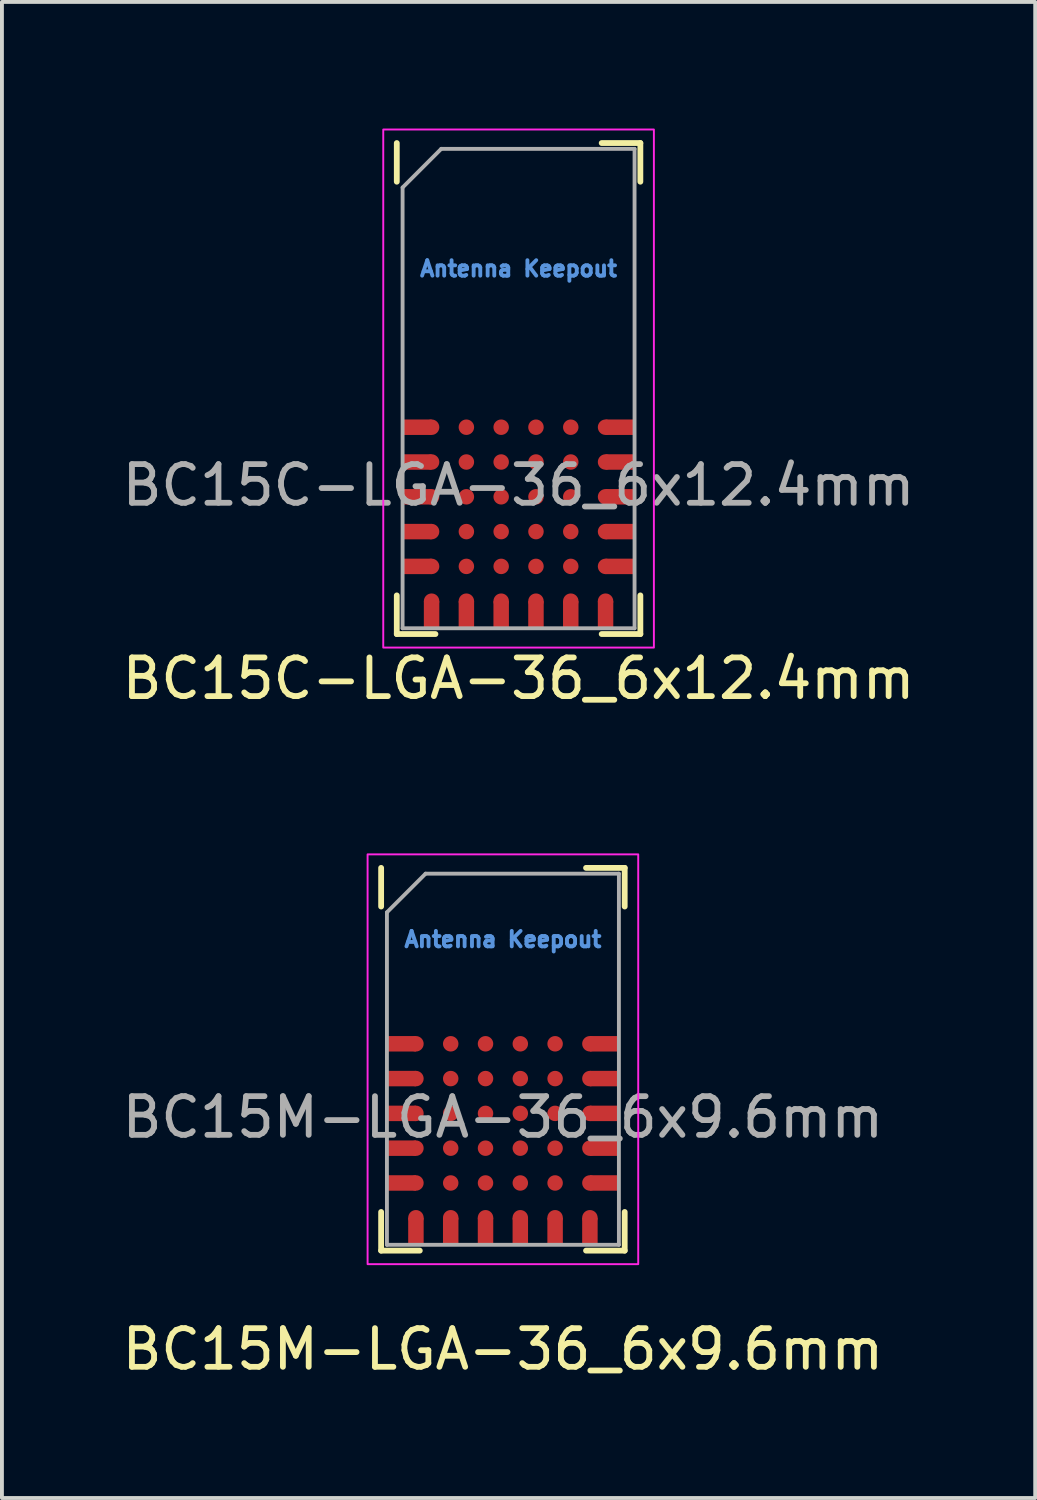
<source format=kicad_pcb>
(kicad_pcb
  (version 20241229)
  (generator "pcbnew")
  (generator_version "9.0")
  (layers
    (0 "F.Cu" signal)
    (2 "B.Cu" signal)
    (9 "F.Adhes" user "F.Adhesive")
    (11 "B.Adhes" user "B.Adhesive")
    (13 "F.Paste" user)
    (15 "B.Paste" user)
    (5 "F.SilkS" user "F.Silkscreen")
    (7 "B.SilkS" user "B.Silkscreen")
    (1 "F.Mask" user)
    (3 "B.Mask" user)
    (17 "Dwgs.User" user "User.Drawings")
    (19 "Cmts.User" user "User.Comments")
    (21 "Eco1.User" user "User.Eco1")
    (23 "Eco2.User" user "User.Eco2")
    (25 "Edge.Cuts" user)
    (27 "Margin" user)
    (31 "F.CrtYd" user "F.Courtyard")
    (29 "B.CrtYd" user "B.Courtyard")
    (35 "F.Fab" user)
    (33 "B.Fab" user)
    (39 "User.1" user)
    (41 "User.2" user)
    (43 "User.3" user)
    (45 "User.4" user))
  (footprint "BC15M-LGA-36_6x9.6mm"
    (layer "F.Cu")
    (at 9.958 24.348)
    (property "Reference" "BC15M-LGA-36_6x9.6mm" (at 0 7.5 0) (unlocked yes) (layer "F.SilkS") (effects (font (size 1 1) (thickness 0.15))))
    (attr smd)
    (fp_line (start -3.15 -3.95) (end -3.15 -4.95) (stroke (width 0.15) (type default)) (layer "F.SilkS"))
    (fp_line (start -3.15 3.95) (end -3.15 4.95) (stroke (width 0.15) (type default)) (layer "F.SilkS"))
    (fp_line (start -2.15 4.95) (end -3.15 4.95) (stroke (width 0.15) (type default)) (layer "F.SilkS"))
    (fp_line (start 2.15 -4.95) (end 3.15 -4.95) (stroke (width 0.15) (type default)) (layer "F.SilkS"))
    (fp_line (start 2.15 4.95) (end 3.15 4.95) (stroke (width 0.15) (type default)) (layer "F.SilkS"))
    (fp_line (start 3.15 -3.95) (end 3.15 -4.95) (stroke (width 0.15) (type default)) (layer "F.SilkS"))
    (fp_line (start 3.15 3.95) (end 3.15 4.95) (stroke (width 0.15) (type default)) (layer "F.SilkS"))
    (fp_rect (start -3.5 -5.3) (end 3.5 5.3) (stroke (width 0.05) (type default)) (fill no) (layer "F.CrtYd"))
    (fp_line (start -3 -3.8) (end -2 -4.8) (stroke (width 0.1) (type default)) (layer "F.Fab"))
    (fp_line (start -3 4.8) (end -3 -3.8) (stroke (width 0.1) (type default)) (layer "F.Fab"))
    (fp_line (start 3 -4.8) (end -2 -4.8) (stroke (width 0.1) (type default)) (layer "F.Fab"))
    (fp_line (start 3 -4.8) (end 3 4.8) (stroke (width 0.1) (type default)) (layer "F.Fab"))
    (fp_line (start 3 4.8) (end -3 4.8) (stroke (width 0.1) (type default)) (layer "F.Fab"))
    (fp_text user "Antenna Keepout" (at 0 -3.1 0) (unlocked yes) (layer "Cmts.User") (effects (font (size 0.4 0.4) (thickness 0.1))))
    (fp_text user "${REFERENCE}" (at 0 1.5 0) (unlocked yes) (layer "F.Fab") (effects (font (size 1 1) (thickness 0.15))))
    (pad "A1" smd rect (at -2.625 -0.4) (size 0.75 0.4) (layers "F.Cu" "F.Mask" "F.Paste"))
    (pad "A1" smd circle (at -2.25 -0.4) (size 0.4 0.4) (layers "F.Cu" "F.Mask" "F.Paste"))
    (pad "A2" smd rect (at -2.625 0.5) (size 0.75 0.4) (layers "F.Cu" "F.Mask" "F.Paste"))
    (pad "A2" smd circle (at -2.25 0.5) (size 0.4 0.4) (layers "F.Cu" "F.Mask" "F.Paste"))
    (pad "A3" smd rect (at -2.625 1.4) (size 0.75 0.4) (layers "F.Cu" "F.Mask" "F.Paste"))
    (pad "A3" smd circle (at -2.25 1.4) (size 0.4 0.4) (layers "F.Cu" "F.Mask" "F.Paste"))
    (pad "A4" smd rect (at -2.625 2.3) (size 0.75 0.4) (layers "F.Cu" "F.Mask" "F.Paste"))
    (pad "A4" smd circle (at -2.25 2.3) (size 0.4 0.4) (layers "F.Cu" "F.Mask" "F.Paste"))
    (pad "A5" smd rect (at -2.625 3.2) (size 0.75 0.4) (layers "F.Cu" "F.Mask" "F.Paste"))
    (pad "A5" smd circle (at -2.25 3.2) (size 0.4 0.4) (layers "F.Cu" "F.Mask" "F.Paste"))
    (pad "A6" smd circle (at -2.25 4.1) (size 0.4 0.4) (layers "F.Cu" "F.Mask" "F.Paste"))
    (pad "A6" smd rect (at -2.25 4.45 90) (size 0.7 0.4) (layers "F.Cu" "F.Mask" "F.Paste"))
    (pad "B1" smd circle (at -1.35 -0.4) (size 0.4 0.4) (layers "F.Cu" "F.Mask" "F.Paste"))
    (pad "B2" smd circle (at -1.35 0.5) (size 0.4 0.4) (layers "F.Cu" "F.Mask" "F.Paste"))
    (pad "B3" smd circle (at -1.35 1.4) (size 0.4 0.4) (layers "F.Cu" "F.Mask" "F.Paste"))
    (pad "B4" smd circle (at -1.35 2.3) (size 0.4 0.4) (layers "F.Cu" "F.Mask" "F.Paste"))
    (pad "B5" smd circle (at -1.35 3.2) (size 0.4 0.4) (layers "F.Cu" "F.Mask" "F.Paste"))
    (pad "B6" smd circle (at -1.35 4.1) (size 0.4 0.4) (layers "F.Cu" "F.Mask" "F.Paste"))
    (pad "B6" smd rect (at -1.35 4.45 90) (size 0.7 0.4) (layers "F.Cu" "F.Mask" "F.Paste"))
    (pad "C1" smd circle (at -0.45 -0.4) (size 0.4 0.4) (layers "F.Cu" "F.Mask" "F.Paste"))
    (pad "C2" smd circle (at -0.45 0.5) (size 0.4 0.4) (layers "F.Cu" "F.Mask" "F.Paste"))
    (pad "C3" smd circle (at -0.45 1.4) (size 0.4 0.4) (layers "F.Cu" "F.Mask" "F.Paste"))
    (pad "C4" smd circle (at -0.45 2.3) (size 0.4 0.4) (layers "F.Cu" "F.Mask" "F.Paste"))
    (pad "C5" smd circle (at -0.45 3.2) (size 0.4 0.4) (layers "F.Cu" "F.Mask" "F.Paste"))
    (pad "C6" smd circle (at -0.45 4.1) (size 0.4 0.4) (layers "F.Cu" "F.Mask" "F.Paste"))
    (pad "C6" smd rect (at -0.45 4.45 90) (size 0.7 0.4) (layers "F.Cu" "F.Mask" "F.Paste"))
    (pad "D1" smd circle (at 0.45 -0.4) (size 0.4 0.4) (layers "F.Cu" "F.Mask" "F.Paste"))
    (pad "D2" smd circle (at 0.45 0.5) (size 0.4 0.4) (layers "F.Cu" "F.Mask" "F.Paste"))
    (pad "D3" smd circle (at 0.45 1.4) (size 0.4 0.4) (layers "F.Cu" "F.Mask" "F.Paste"))
    (pad "D4" smd circle (at 0.45 2.3) (size 0.4 0.4) (layers "F.Cu" "F.Mask" "F.Paste"))
    (pad "D5" smd circle (at 0.45 3.2) (size 0.4 0.4) (layers "F.Cu" "F.Mask" "F.Paste"))
    (pad "D6" smd circle (at 0.45 4.1) (size 0.4 0.4) (layers "F.Cu" "F.Mask" "F.Paste"))
    (pad "D6" smd rect (at 0.45 4.45 90) (size 0.7 0.4) (layers "F.Cu" "F.Mask" "F.Paste"))
    (pad "E1" smd circle (at 1.35 -0.4) (size 0.4 0.4) (layers "F.Cu" "F.Mask" "F.Paste"))
    (pad "E2" smd circle (at 1.35 0.5) (size 0.4 0.4) (layers "F.Cu" "F.Mask" "F.Paste"))
    (pad "E3" smd circle (at 1.35 1.4) (size 0.4 0.4) (layers "F.Cu" "F.Mask" "F.Paste"))
    (pad "E4" smd circle (at 1.35 2.3) (size 0.4 0.4) (layers "F.Cu" "F.Mask" "F.Paste"))
    (pad "E5" smd circle (at 1.35 3.2) (size 0.4 0.4) (layers "F.Cu" "F.Mask" "F.Paste"))
    (pad "E6" smd circle (at 1.35 4.1) (size 0.4 0.4) (layers "F.Cu" "F.Mask" "F.Paste"))
    (pad "E6" smd rect (at 1.35 4.45 90) (size 0.7 0.4) (layers "F.Cu" "F.Mask" "F.Paste"))
    (pad "F1" smd circle (at 2.25 -0.4) (size 0.4 0.4) (layers "F.Cu" "F.Mask" "F.Paste"))
    (pad "F1" smd rect (at 2.625 -0.4) (size 0.75 0.4) (layers "F.Cu" "F.Mask" "F.Paste"))
    (pad "F2" smd circle (at 2.25 0.5) (size 0.4 0.4) (layers "F.Cu" "F.Mask" "F.Paste"))
    (pad "F2" smd rect (at 2.625 0.5) (size 0.75 0.4) (layers "F.Cu" "F.Mask" "F.Paste"))
    (pad "F3" smd circle (at 2.25 1.4) (size 0.4 0.4) (layers "F.Cu" "F.Mask" "F.Paste"))
    (pad "F3" smd rect (at 2.625 1.4) (size 0.75 0.4) (layers "F.Cu" "F.Mask" "F.Paste"))
    (pad "F4" smd circle (at 2.25 2.3) (size 0.4 0.4) (layers "F.Cu" "F.Mask" "F.Paste"))
    (pad "F4" smd rect (at 2.625 2.3) (size 0.75 0.4) (layers "F.Cu" "F.Mask" "F.Paste"))
    (pad "F5" smd circle (at 2.25 3.2) (size 0.4 0.4) (layers "F.Cu" "F.Mask" "F.Paste"))
    (pad "F5" smd rect (at 2.625 3.2) (size 0.75 0.4) (layers "F.Cu" "F.Mask" "F.Paste"))
    (pad "F6" smd circle (at 2.25 4.1) (size 0.4 0.4) (layers "F.Cu" "F.Mask" "F.Paste"))
    (pad "F6" smd rect (at 2.25 4.45 90) (size 0.7 0.4) (layers "F.Cu" "F.Mask" "F.Paste"))
    (zone (net_name "") (layers "F.Cu" "B.Cu") (hatch edge 0.5) (connect_pads) (min_thickness 0.25) (filled_areas_thickness no) (keepout (tracks not_allowed) (vias allowed) (pads allowed) (copperpour not_allowed) (footprints allowed)) (placement (enabled no)) (fill) (polygon (pts (xy 4.958 23.348) (xy 14.958 23.348) (xy 14.958 18.348) (xy 4.958 18.348)))))
  (footprint "BC15C-LGA-36_6x12.4mm"
    (layer "F.Cu")
    (at 10.363 7)
    (property "Reference" "BC15C-LGA-36_6x12.4mm" (at 0 7.5 0) (unlocked yes) (layer "F.SilkS") (effects (font (size 1 1) (thickness 0.15))))
    (attr smd)
    (fp_line (start -3.15 -5.35) (end -3.15 -6.35) (stroke (width 0.15) (type default)) (layer "F.SilkS"))
    (fp_line (start -3.15 5.35) (end -3.15 6.35) (stroke (width 0.15) (type default)) (layer "F.SilkS"))
    (fp_line (start -2.15 6.35) (end -3.15 6.35) (stroke (width 0.15) (type default)) (layer "F.SilkS"))
    (fp_line (start 2.15 -6.35) (end 3.15 -6.35) (stroke (width 0.15) (type default)) (layer "F.SilkS"))
    (fp_line (start 2.15 6.35) (end 3.15 6.35) (stroke (width 0.15) (type default)) (layer "F.SilkS"))
    (fp_line (start 3.15 -5.35) (end 3.15 -6.35) (stroke (width 0.15) (type default)) (layer "F.SilkS"))
    (fp_line (start 3.15 5.35) (end 3.15 6.35) (stroke (width 0.15) (type default)) (layer "F.SilkS"))
    (fp_rect (start -3.5 -6.7) (end 3.5 6.7) (stroke (width 0.05) (type default)) (fill no) (layer "F.CrtYd"))
    (fp_line (start -3 -5.2) (end -2 -6.2) (stroke (width 0.1) (type default)) (layer "F.Fab"))
    (fp_line (start -3 6.2) (end -3 -5.2) (stroke (width 0.1) (type default)) (layer "F.Fab"))
    (fp_line (start 3 -6.2) (end -2 -6.2) (stroke (width 0.1) (type default)) (layer "F.Fab"))
    (fp_line (start 3 -6.2) (end 3 6.2) (stroke (width 0.1) (type default)) (layer "F.Fab"))
    (fp_line (start 3 6.2) (end -3 6.2) (stroke (width 0.1) (type default)) (layer "F.Fab"))
    (fp_text user "Antenna Keepout" (at 0 -3.1 0) (unlocked yes) (layer "Cmts.User") (effects (font (size 0.4 0.4) (thickness 0.1))))
    (fp_text user "${REFERENCE}" (at 0 2.5 0) (unlocked yes) (layer "F.Fab") (effects (font (size 1 1) (thickness 0.15))))
    (pad "A1" smd rect (at -2.625 1) (size 0.75 0.4) (layers "F.Cu" "F.Mask" "F.Paste"))
    (pad "A1" smd circle (at -2.25 1) (size 0.4 0.4) (layers "F.Cu" "F.Mask" "F.Paste"))
    (pad "A2" smd rect (at -2.625 1.9) (size 0.75 0.4) (layers "F.Cu" "F.Mask" "F.Paste"))
    (pad "A2" smd circle (at -2.25 1.9) (size 0.4 0.4) (layers "F.Cu" "F.Mask" "F.Paste"))
    (pad "A3" smd rect (at -2.625 2.8) (size 0.75 0.4) (layers "F.Cu" "F.Mask" "F.Paste"))
    (pad "A3" smd circle (at -2.25 2.8) (size 0.4 0.4) (layers "F.Cu" "F.Mask" "F.Paste"))
    (pad "A4" smd rect (at -2.625 3.7) (size 0.75 0.4) (layers "F.Cu" "F.Mask" "F.Paste"))
    (pad "A4" smd circle (at -2.25 3.7) (size 0.4 0.4) (layers "F.Cu" "F.Mask" "F.Paste"))
    (pad "A5" smd rect (at -2.625 4.6) (size 0.75 0.4) (layers "F.Cu" "F.Mask" "F.Paste"))
    (pad "A5" smd circle (at -2.25 4.6) (size 0.4 0.4) (layers "F.Cu" "F.Mask" "F.Paste"))
    (pad "A6" smd circle (at -2.25 5.5) (size 0.4 0.4) (layers "F.Cu" "F.Mask" "F.Paste"))
    (pad "A6" smd rect (at -2.25 5.85 90) (size 0.7 0.4) (layers "F.Cu" "F.Mask" "F.Paste"))
    (pad "B1" smd circle (at -1.35 1) (size 0.4 0.4) (layers "F.Cu" "F.Mask" "F.Paste"))
    (pad "B2" smd circle (at -1.35 1.9) (size 0.4 0.4) (layers "F.Cu" "F.Mask" "F.Paste"))
    (pad "B3" smd circle (at -1.35 2.8) (size 0.4 0.4) (layers "F.Cu" "F.Mask" "F.Paste"))
    (pad "B4" smd circle (at -1.35 3.7) (size 0.4 0.4) (layers "F.Cu" "F.Mask" "F.Paste"))
    (pad "B5" smd circle (at -1.35 4.6) (size 0.4 0.4) (layers "F.Cu" "F.Mask" "F.Paste"))
    (pad "B6" smd circle (at -1.35 5.5) (size 0.4 0.4) (layers "F.Cu" "F.Mask" "F.Paste"))
    (pad "B6" smd rect (at -1.35 5.85 90) (size 0.7 0.4) (layers "F.Cu" "F.Mask" "F.Paste"))
    (pad "C1" smd circle (at -0.45 1) (size 0.4 0.4) (layers "F.Cu" "F.Mask" "F.Paste"))
    (pad "C2" smd circle (at -0.45 1.9) (size 0.4 0.4) (layers "F.Cu" "F.Mask" "F.Paste"))
    (pad "C3" smd circle (at -0.45 2.8) (size 0.4 0.4) (layers "F.Cu" "F.Mask" "F.Paste"))
    (pad "C4" smd circle (at -0.45 3.7) (size 0.4 0.4) (layers "F.Cu" "F.Mask" "F.Paste"))
    (pad "C5" smd circle (at -0.45 4.6) (size 0.4 0.4) (layers "F.Cu" "F.Mask" "F.Paste"))
    (pad "C6" smd circle (at -0.45 5.5) (size 0.4 0.4) (layers "F.Cu" "F.Mask" "F.Paste"))
    (pad "C6" smd rect (at -0.45 5.85 90) (size 0.7 0.4) (layers "F.Cu" "F.Mask" "F.Paste"))
    (pad "D1" smd circle (at 0.45 1) (size 0.4 0.4) (layers "F.Cu" "F.Mask" "F.Paste"))
    (pad "D2" smd circle (at 0.45 1.9) (size 0.4 0.4) (layers "F.Cu" "F.Mask" "F.Paste"))
    (pad "D3" smd circle (at 0.45 2.8) (size 0.4 0.4) (layers "F.Cu" "F.Mask" "F.Paste"))
    (pad "D4" smd circle (at 0.45 3.7) (size 0.4 0.4) (layers "F.Cu" "F.Mask" "F.Paste"))
    (pad "D5" smd circle (at 0.45 4.6) (size 0.4 0.4) (layers "F.Cu" "F.Mask" "F.Paste"))
    (pad "D6" smd circle (at 0.45 5.5) (size 0.4 0.4) (layers "F.Cu" "F.Mask" "F.Paste"))
    (pad "D6" smd rect (at 0.45 5.85 90) (size 0.7 0.4) (layers "F.Cu" "F.Mask" "F.Paste"))
    (pad "E1" smd circle (at 1.35 1) (size 0.4 0.4) (layers "F.Cu" "F.Mask" "F.Paste"))
    (pad "E2" smd circle (at 1.35 1.9) (size 0.4 0.4) (layers "F.Cu" "F.Mask" "F.Paste"))
    (pad "E3" smd circle (at 1.35 2.8) (size 0.4 0.4) (layers "F.Cu" "F.Mask" "F.Paste"))
    (pad "E4" smd circle (at 1.35 3.7) (size 0.4 0.4) (layers "F.Cu" "F.Mask" "F.Paste"))
    (pad "E5" smd circle (at 1.35 4.6) (size 0.4 0.4) (layers "F.Cu" "F.Mask" "F.Paste"))
    (pad "E6" smd circle (at 1.35 5.5) (size 0.4 0.4) (layers "F.Cu" "F.Mask" "F.Paste"))
    (pad "E6" smd rect (at 1.35 5.85 90) (size 0.7 0.4) (layers "F.Cu" "F.Mask" "F.Paste"))
    (pad "F1" smd circle (at 2.25 1) (size 0.4 0.4) (layers "F.Cu" "F.Mask" "F.Paste"))
    (pad "F1" smd rect (at 2.625 1) (size 0.75 0.4) (layers "F.Cu" "F.Mask" "F.Paste"))
    (pad "F2" smd circle (at 2.25 1.9) (size 0.4 0.4) (layers "F.Cu" "F.Mask" "F.Paste"))
    (pad "F2" smd rect (at 2.625 1.9) (size 0.75 0.4) (layers "F.Cu" "F.Mask" "F.Paste"))
    (pad "F3" smd circle (at 2.25 2.8) (size 0.4 0.4) (layers "F.Cu" "F.Mask" "F.Paste"))
    (pad "F3" smd rect (at 2.625 2.8) (size 0.75 0.4) (layers "F.Cu" "F.Mask" "F.Paste"))
    (pad "F4" smd circle (at 2.25 3.7) (size 0.4 0.4) (layers "F.Cu" "F.Mask" "F.Paste"))
    (pad "F4" smd rect (at 2.625 3.7) (size 0.75 0.4) (layers "F.Cu" "F.Mask" "F.Paste"))
    (pad "F5" smd circle (at 2.25 4.6) (size 0.4 0.4) (layers "F.Cu" "F.Mask" "F.Paste"))
    (pad "F5" smd rect (at 2.625 4.6) (size 0.75 0.4) (layers "F.Cu" "F.Mask" "F.Paste"))
    (pad "F6" smd circle (at 2.25 5.5) (size 0.4 0.4) (layers "F.Cu" "F.Mask" "F.Paste"))
    (pad "F6" smd rect (at 2.25 5.85 90) (size 0.7 0.4) (layers "F.Cu" "F.Mask" "F.Paste"))
    (zone (net_name "") (layers "F.Cu" "B.Cu") (hatch edge 0.5) (connect_pads) (min_thickness 0.25) (filled_areas_thickness no) (keepout (tracks not_allowed) (vias allowed) (pads allowed) (copperpour not_allowed) (footprints allowed)) (placement (enabled no)) (fill) (polygon (pts (xy 5.363 7) (xy 15.363 7) (xy 15.363 0) (xy 5.363 0)))))
  (gr_rect
    (start -3 -3)
    (end 23.726 35.697)
    (stroke (width 0.1) (type default))
    (fill no)
    (layer "Edge.Cuts")))
</source>
